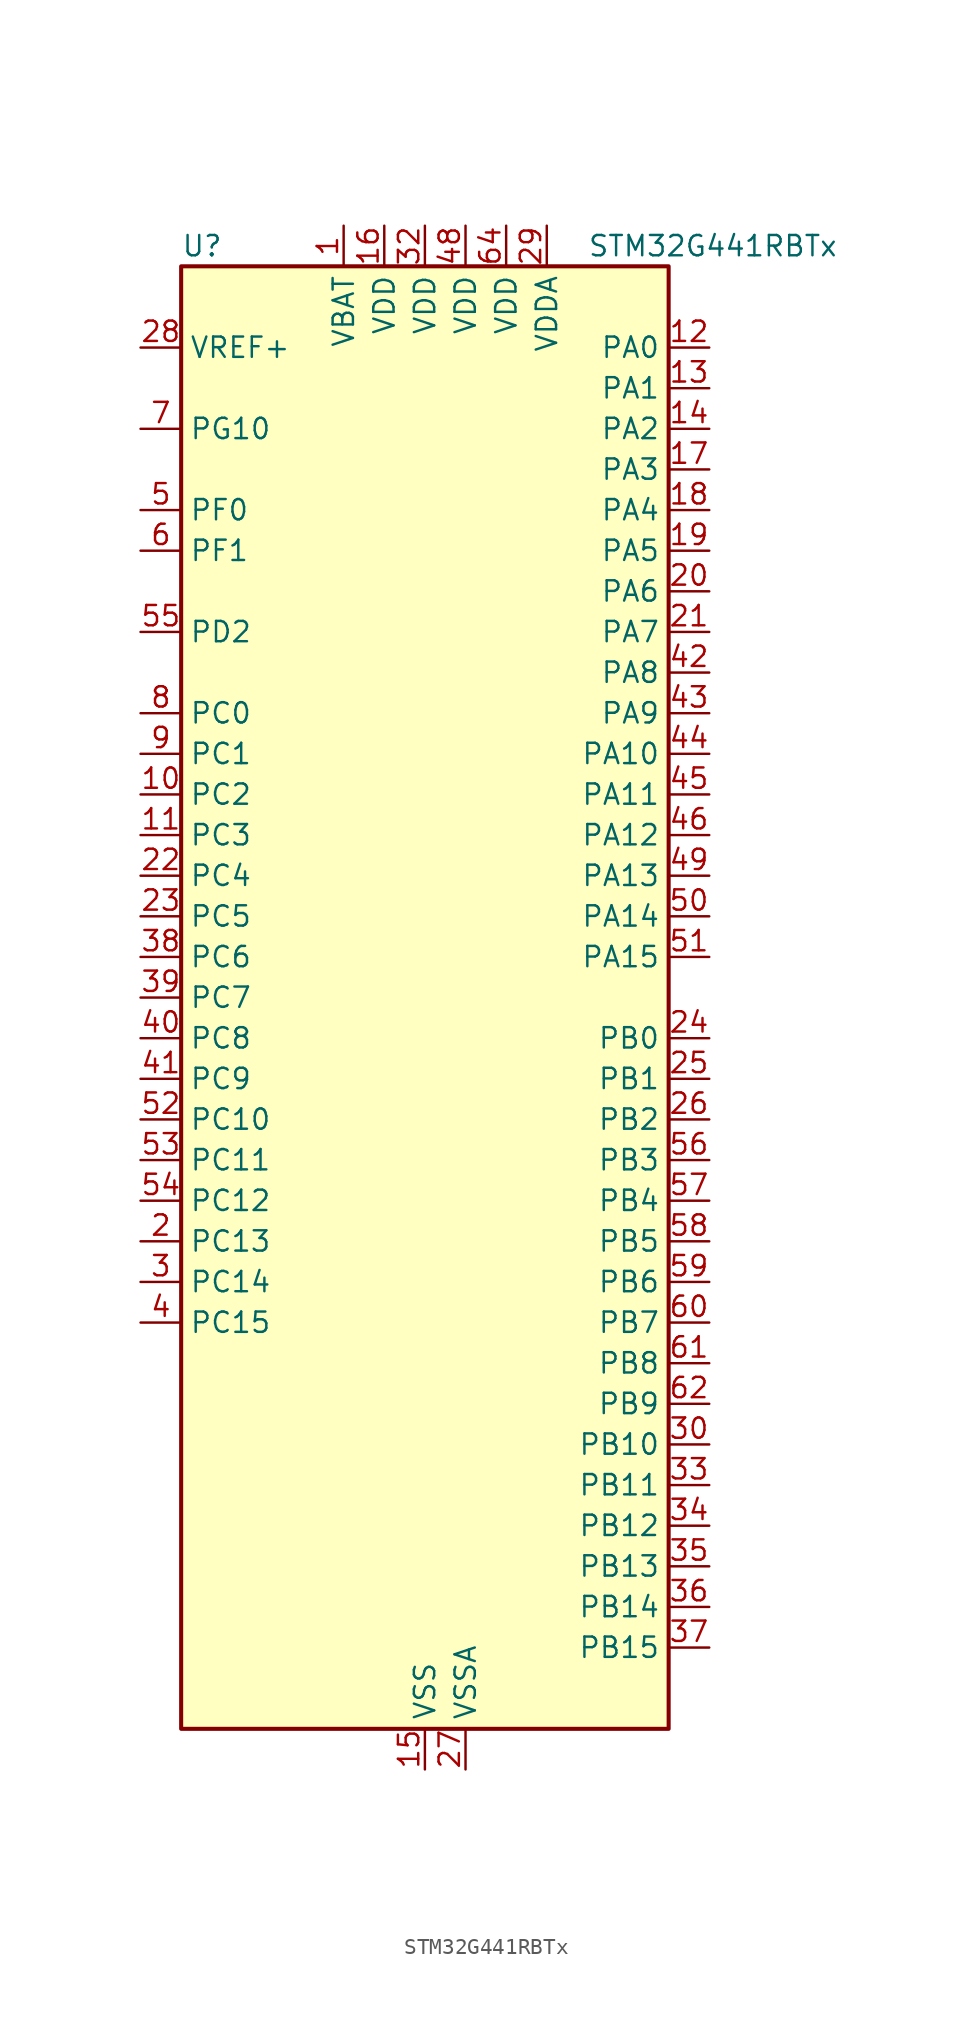
<source format=kicad_sym>
(kicad_symbol_lib
  (version 20241209)
  (generator "kicad_symbol_editor")
  (generator_version "9.0")
  (symbol "STM32G441RBTx"
    (property "Reference" "U"
      (at -15.24 46.99 0)
      (effects (font (size 1.27 1.27)) (justify left)))
    (property "Value" "STM32G441RBTx"
      (at 10.16 46.99 0)
      (effects (font (size 1.27 1.27)) (justify left)))
    (symbol "STM32G441RBTx_0_1"
      (rectangle (start -15.24 -45.72) (end 15.24 45.72) (stroke (width 0.254) (type default)) (fill (type background))))
    (symbol "STM32G441RBTx_1_1"
      (pin input line (at -17.78 40.64 0) (length 2.54) (name "VREF+" (effects (font (size 1.27 1.27)))) (number "28" (effects (font (size 1.27 1.27)))) (alternate "VREFBUF_OUT" bidirectional line))
      (pin bidirectional line (at -17.78 35.56 0) (length 2.54) (name "PG10" (effects (font (size 1.27 1.27)))) (number "7" (effects (font (size 1.27 1.27)))) (alternate "DAC1_EXTI10" bidirectional line) (alternate "DAC3_EXTI10" bidirectional line) (alternate "RCC_MCO" bidirectional line))
      (pin bidirectional line (at -17.78 30.48 0) (length 2.54) (name "PF0" (effects (font (size 1.27 1.27)))) (number "5" (effects (font (size 1.27 1.27)))) (alternate "ADC1_IN10" bidirectional line) (alternate "I2C2_SDA" bidirectional line) (alternate "I2S2_WS" bidirectional line) (alternate "RCC_OSC_IN" bidirectional line) (alternate "SPI2_NSS" bidirectional line) (alternate "TIM1_CH3N" bidirectional line))
      (pin bidirectional line (at -17.78 27.94 0) (length 2.54) (name "PF1" (effects (font (size 1.27 1.27)))) (number "6" (effects (font (size 1.27 1.27)))) (alternate "ADC2_IN10" bidirectional line) (alternate "COMP3_INM" bidirectional line) (alternate "I2S2_CK" bidirectional line) (alternate "RCC_OSC_OUT" bidirectional line) (alternate "SPI2_SCK" bidirectional line))
      (pin bidirectional line (at -17.78 22.86 0) (length 2.54) (name "PD2" (effects (font (size 1.27 1.27)))) (number "55" (effects (font (size 1.27 1.27)))) (alternate "TIM3_ETR" bidirectional line) (alternate "TIM8_BKIN" bidirectional line))
      (pin bidirectional line (at -17.78 17.78 0) (length 2.54) (name "PC0" (effects (font (size 1.27 1.27)))) (number "8" (effects (font (size 1.27 1.27)))) (alternate "ADC1_IN6" bidirectional line) (alternate "ADC2_IN6" bidirectional line) (alternate "COMP3_INM" bidirectional line) (alternate "LPTIM1_IN1" bidirectional line) (alternate "LPUART1_RX" bidirectional line) (alternate "TIM1_CH1" bidirectional line))
      (pin bidirectional line (at -17.78 15.24 0) (length 2.54) (name "PC1" (effects (font (size 1.27 1.27)))) (number "9" (effects (font (size 1.27 1.27)))) (alternate "ADC1_IN7" bidirectional line) (alternate "ADC2_IN7" bidirectional line) (alternate "COMP3_INP" bidirectional line) (alternate "LPTIM1_OUT" bidirectional line) (alternate "LPUART1_TX" bidirectional line) (alternate "SAI1_SD_A" bidirectional line) (alternate "TIM1_CH2" bidirectional line))
      (pin bidirectional line (at -17.78 12.7 0) (length 2.54) (name "PC2" (effects (font (size 1.27 1.27)))) (number "10" (effects (font (size 1.27 1.27)))) (alternate "ADC1_IN8" bidirectional line) (alternate "ADC2_IN8" bidirectional line) (alternate "COMP3_OUT" bidirectional line) (alternate "LPTIM1_IN2" bidirectional line) (alternate "TIM1_CH3" bidirectional line))
      (pin bidirectional line (at -17.78 10.16 0) (length 2.54) (name "PC3" (effects (font (size 1.27 1.27)))) (number "11" (effects (font (size 1.27 1.27)))) (alternate "ADC1_IN9" bidirectional line) (alternate "ADC2_IN9" bidirectional line) (alternate "LPTIM1_ETR" bidirectional line) (alternate "SAI1_D1" bidirectional line) (alternate "SAI1_SD_A" bidirectional line) (alternate "TIM1_BKIN2" bidirectional line) (alternate "TIM1_CH4" bidirectional line))
      (pin bidirectional line (at -17.78 7.62 0) (length 2.54) (name "PC4" (effects (font (size 1.27 1.27)))) (number "22" (effects (font (size 1.27 1.27)))) (alternate "ADC2_IN5" bidirectional line) (alternate "I2C2_SCL" bidirectional line) (alternate "TIM1_ETR" bidirectional line) (alternate "USART1_TX" bidirectional line))
      (pin bidirectional line (at -17.78 5.08 0) (length 2.54) (name "PC5" (effects (font (size 1.27 1.27)))) (number "23" (effects (font (size 1.27 1.27)))) (alternate "ADC2_IN11" bidirectional line) (alternate "OPAMP1_VINM" bidirectional line) (alternate "OPAMP1_VINM1" bidirectional line) (alternate "OPAMP1_VINM_SEC" bidirectional line) (alternate "OPAMP2_VINM" bidirectional line) (alternate "OPAMP2_VINM1" bidirectional line) (alternate "OPAMP2_VINM_SEC" bidirectional line) (alternate "SAI1_D3" bidirectional line) (alternate "SYS_WKUP5" bidirectional line) (alternate "TIM15_BKIN" bidirectional line) (alternate "TIM1_CH4N" bidirectional line) (alternate "USART1_RX" bidirectional line))
      (pin bidirectional line (at -17.78 2.54 0) (length 2.54) (name "PC6" (effects (font (size 1.27 1.27)))) (number "38" (effects (font (size 1.27 1.27)))) (alternate "I2S2_MCK" bidirectional line) (alternate "TIM3_CH1" bidirectional line) (alternate "TIM8_CH1" bidirectional line))
      (pin bidirectional line (at -17.78 0 0) (length 2.54) (name "PC7" (effects (font (size 1.27 1.27)))) (number "39" (effects (font (size 1.27 1.27)))) (alternate "I2S3_MCK" bidirectional line) (alternate "TIM3_CH2" bidirectional line) (alternate "TIM8_CH2" bidirectional line))
      (pin bidirectional line (at -17.78 -2.54 0) (length 2.54) (name "PC8" (effects (font (size 1.27 1.27)))) (number "40" (effects (font (size 1.27 1.27)))) (alternate "I2C3_SCL" bidirectional line) (alternate "TIM3_CH3" bidirectional line) (alternate "TIM8_CH3" bidirectional line))
      (pin bidirectional line (at -17.78 -5.08 0) (length 2.54) (name "PC9" (effects (font (size 1.27 1.27)))) (number "41" (effects (font (size 1.27 1.27)))) (alternate "DAC1_EXTI9" bidirectional line) (alternate "DAC3_EXTI9" bidirectional line) (alternate "I2C3_SDA" bidirectional line) (alternate "I2S_CKIN" bidirectional line) (alternate "TIM3_CH4" bidirectional line) (alternate "TIM8_BKIN2" bidirectional line) (alternate "TIM8_CH4" bidirectional line))
      (pin bidirectional line (at -17.78 -7.62 0) (length 2.54) (name "PC10" (effects (font (size 1.27 1.27)))) (number "52" (effects (font (size 1.27 1.27)))) (alternate "DAC1_EXTI10" bidirectional line) (alternate "DAC3_EXTI10" bidirectional line) (alternate "I2S3_CK" bidirectional line) (alternate "SPI3_SCK" bidirectional line) (alternate "TIM8_CH1N" bidirectional line) (alternate "UART4_TX" bidirectional line) (alternate "USART3_TX" bidirectional line))
      (pin bidirectional line (at -17.78 -10.16 0) (length 2.54) (name "PC11" (effects (font (size 1.27 1.27)))) (number "53" (effects (font (size 1.27 1.27)))) (alternate "ADC1_EXTI11" bidirectional line) (alternate "ADC2_EXTI11" bidirectional line) (alternate "I2C3_SDA" bidirectional line) (alternate "SPI3_MISO" bidirectional line) (alternate "TIM8_CH2N" bidirectional line) (alternate "UART4_RX" bidirectional line) (alternate "USART3_RX" bidirectional line))
      (pin bidirectional line (at -17.78 -12.7 0) (length 2.54) (name "PC12" (effects (font (size 1.27 1.27)))) (number "54" (effects (font (size 1.27 1.27)))) (alternate "I2S3_SD" bidirectional line) (alternate "SPI3_MOSI" bidirectional line) (alternate "TIM8_CH3N" bidirectional line) (alternate "UCPD1_FRSTX1" bidirectional line) (alternate "UCPD1_FRSTX2" bidirectional line) (alternate "USART3_CK" bidirectional line))
      (pin bidirectional line (at -17.78 -15.24 0) (length 2.54) (name "PC13" (effects (font (size 1.27 1.27)))) (number "2" (effects (font (size 1.27 1.27)))) (alternate "RTC_OUT1" bidirectional line) (alternate "RTC_TAMP1" bidirectional line) (alternate "RTC_TS" bidirectional line) (alternate "SYS_WKUP2" bidirectional line) (alternate "TIM1_BKIN" bidirectional line) (alternate "TIM1_CH1N" bidirectional line) (alternate "TIM8_CH4N" bidirectional line))
      (pin bidirectional line (at -17.78 -17.78 0) (length 2.54) (name "PC14" (effects (font (size 1.27 1.27)))) (number "3" (effects (font (size 1.27 1.27)))) (alternate "RCC_OSC32_IN" bidirectional line))
      (pin bidirectional line (at -17.78 -20.32 0) (length 2.54) (name "PC15" (effects (font (size 1.27 1.27)))) (number "4" (effects (font (size 1.27 1.27)))) (alternate "ADC1_EXTI15" bidirectional line) (alternate "ADC2_EXTI15" bidirectional line) (alternate "RCC_OSC32_OUT" bidirectional line))
      (pin power_in line (at -5.08 48.26 270) (length 2.54) (name "VBAT" (effects (font (size 1.27 1.27)))) (number "1" (effects (font (size 1.27 1.27)))))
      (pin power_in line (at -2.54 48.26 270) (length 2.54) (name "VDD" (effects (font (size 1.27 1.27)))) (number "16" (effects (font (size 1.27 1.27)))))
      (pin power_in line (at 0 48.26 270) (length 2.54) (name "VDD" (effects (font (size 1.27 1.27)))) (number "32" (effects (font (size 1.27 1.27)))))
      (pin power_in line (at 0 -48.26 90) (length 2.54) (name "VSS" (effects (font (size 1.27 1.27)))) (number "15" (effects (font (size 1.27 1.27)))))
      (pin passive line (at 0 -48.26 90) (length 2.54) (hide yes) (name "VSS" (effects (font (size 1.27 1.27)))) (number "31" (effects (font (size 1.27 1.27)))))
      (pin passive line (at 0 -48.26 90) (length 2.54) (hide yes) (name "VSS" (effects (font (size 1.27 1.27)))) (number "47" (effects (font (size 1.27 1.27)))))
      (pin passive line (at 0 -48.26 90) (length 2.54) (hide yes) (name "VSS" (effects (font (size 1.27 1.27)))) (number "63" (effects (font (size 1.27 1.27)))))
      (pin power_in line (at 2.54 48.26 270) (length 2.54) (name "VDD" (effects (font (size 1.27 1.27)))) (number "48" (effects (font (size 1.27 1.27)))))
      (pin power_in line (at 2.54 -48.26 90) (length 2.54) (name "VSSA" (effects (font (size 1.27 1.27)))) (number "27" (effects (font (size 1.27 1.27)))))
      (pin power_in line (at 5.08 48.26 270) (length 2.54) (name "VDD" (effects (font (size 1.27 1.27)))) (number "64" (effects (font (size 1.27 1.27)))))
      (pin power_in line (at 7.62 48.26 270) (length 2.54) (name "VDDA" (effects (font (size 1.27 1.27)))) (number "29" (effects (font (size 1.27 1.27)))))
      (pin bidirectional line (at 17.78 40.64 180) (length 2.54) (name "PA0" (effects (font (size 1.27 1.27)))) (number "12" (effects (font (size 1.27 1.27)))) (alternate "ADC1_IN1" bidirectional line) (alternate "ADC2_IN1" bidirectional line) (alternate "COMP1_INM" bidirectional line) (alternate "COMP1_OUT" bidirectional line) (alternate "COMP3_INP" bidirectional line) (alternate "RTC_TAMP2" bidirectional line) (alternate "SYS_WKUP1" bidirectional line) (alternate "TIM2_CH1" bidirectional line) (alternate "TIM2_ETR" bidirectional line) (alternate "TIM8_BKIN" bidirectional line) (alternate "TIM8_ETR" bidirectional line) (alternate "USART2_CTS" bidirectional line) (alternate "USART2_NSS" bidirectional line))
      (pin bidirectional line (at 17.78 38.1 180) (length 2.54) (name "PA1" (effects (font (size 1.27 1.27)))) (number "13" (effects (font (size 1.27 1.27)))) (alternate "ADC1_IN2" bidirectional line) (alternate "ADC2_IN2" bidirectional line) (alternate "COMP1_INP" bidirectional line) (alternate "OPAMP1_VINP" bidirectional line) (alternate "OPAMP1_VINP_SEC" bidirectional line) (alternate "OPAMP3_VINP" bidirectional line) (alternate "OPAMP3_VINP_SEC" bidirectional line) (alternate "RTC_REFIN" bidirectional line) (alternate "TIM15_CH1N" bidirectional line) (alternate "TIM2_CH2" bidirectional line) (alternate "USART2_DE" bidirectional line) (alternate "USART2_RTS" bidirectional line))
      (pin bidirectional line (at 17.78 35.56 180) (length 2.54) (name "PA2" (effects (font (size 1.27 1.27)))) (number "14" (effects (font (size 1.27 1.27)))) (alternate "ADC1_IN3" bidirectional line) (alternate "COMP2_INM" bidirectional line) (alternate "COMP2_OUT" bidirectional line) (alternate "LPUART1_TX" bidirectional line) (alternate "OPAMP1_VOUT" bidirectional line) (alternate "RCC_LSCO" bidirectional line) (alternate "SYS_WKUP4" bidirectional line) (alternate "TIM15_CH1" bidirectional line) (alternate "TIM2_CH3" bidirectional line) (alternate "UCPD1_FRSTX1" bidirectional line) (alternate "UCPD1_FRSTX2" bidirectional line) (alternate "USART2_TX" bidirectional line))
      (pin bidirectional line (at 17.78 33.02 180) (length 2.54) (name "PA3" (effects (font (size 1.27 1.27)))) (number "17" (effects (font (size 1.27 1.27)))) (alternate "ADC1_IN4" bidirectional line) (alternate "COMP2_INP" bidirectional line) (alternate "LPUART1_RX" bidirectional line) (alternate "OPAMP1_VINM" bidirectional line) (alternate "OPAMP1_VINM0" bidirectional line) (alternate "OPAMP1_VINM_SEC" bidirectional line) (alternate "OPAMP1_VINP" bidirectional line) (alternate "OPAMP1_VINP_SEC" bidirectional line) (alternate "SAI1_CK1" bidirectional line) (alternate "SAI1_MCLK_A" bidirectional line) (alternate "TIM15_CH2" bidirectional line) (alternate "TIM2_CH4" bidirectional line) (alternate "USART2_RX" bidirectional line))
      (pin bidirectional line (at 17.78 30.48 180) (length 2.54) (name "PA4" (effects (font (size 1.27 1.27)))) (number "18" (effects (font (size 1.27 1.27)))) (alternate "ADC2_IN17" bidirectional line) (alternate "COMP1_INM" bidirectional line) (alternate "DAC1_OUT1" bidirectional line) (alternate "I2S3_WS" bidirectional line) (alternate "SAI1_FS_B" bidirectional line) (alternate "SPI1_NSS" bidirectional line) (alternate "SPI3_NSS" bidirectional line) (alternate "TIM3_CH2" bidirectional line) (alternate "USART2_CK" bidirectional line))
      (pin bidirectional line (at 17.78 27.94 180) (length 2.54) (name "PA5" (effects (font (size 1.27 1.27)))) (number "19" (effects (font (size 1.27 1.27)))) (alternate "ADC2_IN13" bidirectional line) (alternate "COMP2_INM" bidirectional line) (alternate "DAC1_OUT2" bidirectional line) (alternate "OPAMP2_VINM" bidirectional line) (alternate "OPAMP2_VINM0" bidirectional line) (alternate "OPAMP2_VINM_SEC" bidirectional line) (alternate "SPI1_SCK" bidirectional line) (alternate "TIM2_CH1" bidirectional line) (alternate "TIM2_ETR" bidirectional line) (alternate "UCPD1_FRSTX1" bidirectional line) (alternate "UCPD1_FRSTX2" bidirectional line))
      (pin bidirectional line (at 17.78 25.4 180) (length 2.54) (name "PA6" (effects (font (size 1.27 1.27)))) (number "20" (effects (font (size 1.27 1.27)))) (alternate "ADC2_IN3" bidirectional line) (alternate "COMP1_OUT" bidirectional line) (alternate "LPUART1_CTS" bidirectional line) (alternate "OPAMP2_VOUT" bidirectional line) (alternate "SPI1_MISO" bidirectional line) (alternate "TIM16_CH1" bidirectional line) (alternate "TIM1_BKIN" bidirectional line) (alternate "TIM3_CH1" bidirectional line) (alternate "TIM8_BKIN" bidirectional line))
      (pin bidirectional line (at 17.78 22.86 180) (length 2.54) (name "PA7" (effects (font (size 1.27 1.27)))) (number "21" (effects (font (size 1.27 1.27)))) (alternate "ADC2_IN4" bidirectional line) (alternate "COMP2_INP" bidirectional line) (alternate "COMP2_OUT" bidirectional line) (alternate "OPAMP1_VINP" bidirectional line) (alternate "OPAMP1_VINP_SEC" bidirectional line) (alternate "OPAMP2_VINP" bidirectional line) (alternate "OPAMP2_VINP_SEC" bidirectional line) (alternate "SPI1_MOSI" bidirectional line) (alternate "TIM17_CH1" bidirectional line) (alternate "TIM1_CH1N" bidirectional line) (alternate "TIM3_CH2" bidirectional line) (alternate "TIM8_CH1N" bidirectional line) (alternate "UCPD1_FRSTX1" bidirectional line) (alternate "UCPD1_FRSTX2" bidirectional line))
      (pin bidirectional line (at 17.78 20.32 180) (length 2.54) (name "PA8" (effects (font (size 1.27 1.27)))) (number "42" (effects (font (size 1.27 1.27)))) (alternate "I2C2_SDA" bidirectional line) (alternate "I2C3_SCL" bidirectional line) (alternate "I2S2_MCK" bidirectional line) (alternate "RCC_MCO" bidirectional line) (alternate "SAI1_CK2" bidirectional line) (alternate "SAI1_SCK_A" bidirectional line) (alternate "TIM1_CH1" bidirectional line) (alternate "TIM4_ETR" bidirectional line) (alternate "USART1_CK" bidirectional line))
      (pin bidirectional line (at 17.78 17.78 180) (length 2.54) (name "PA9" (effects (font (size 1.27 1.27)))) (number "43" (effects (font (size 1.27 1.27)))) (alternate "DAC1_EXTI9" bidirectional line) (alternate "DAC3_EXTI9" bidirectional line) (alternate "I2C2_SCL" bidirectional line) (alternate "I2C3_SMBA" bidirectional line) (alternate "I2S3_MCK" bidirectional line) (alternate "SAI1_FS_A" bidirectional line) (alternate "TIM15_BKIN" bidirectional line) (alternate "TIM1_CH2" bidirectional line) (alternate "TIM2_CH3" bidirectional line) (alternate "UCPD1_DBCC1" bidirectional line) (alternate "USART1_TX" bidirectional line))
      (pin bidirectional line (at 17.78 15.24 180) (length 2.54) (name "PA10" (effects (font (size 1.27 1.27)))) (number "44" (effects (font (size 1.27 1.27)))) (alternate "CRS_SYNC" bidirectional line) (alternate "DAC1_EXTI10" bidirectional line) (alternate "DAC3_EXTI10" bidirectional line) (alternate "I2C2_SMBA" bidirectional line) (alternate "SAI1_D1" bidirectional line) (alternate "SAI1_SD_A" bidirectional line) (alternate "SPI2_MISO" bidirectional line) (alternate "TIM17_BKIN" bidirectional line) (alternate "TIM1_CH3" bidirectional line) (alternate "TIM2_CH4" bidirectional line) (alternate "TIM8_BKIN" bidirectional line) (alternate "UCPD1_DBCC2" bidirectional line) (alternate "USART1_RX" bidirectional line))
      (pin bidirectional line (at 17.78 12.7 180) (length 2.54) (name "PA11" (effects (font (size 1.27 1.27)))) (number "45" (effects (font (size 1.27 1.27)))) (alternate "ADC1_EXTI11" bidirectional line) (alternate "ADC2_EXTI11" bidirectional line) (alternate "COMP1_OUT" bidirectional line) (alternate "FDCAN1_RX" bidirectional line) (alternate "I2S2_SD" bidirectional line) (alternate "SPI2_MOSI" bidirectional line) (alternate "TIM1_BKIN2" bidirectional line) (alternate "TIM1_CH1N" bidirectional line) (alternate "TIM1_CH4" bidirectional line) (alternate "TIM4_CH1" bidirectional line) (alternate "USART1_CTS" bidirectional line) (alternate "USART1_NSS" bidirectional line) (alternate "USB_DM" bidirectional line))
      (pin bidirectional line (at 17.78 10.16 180) (length 2.54) (name "PA12" (effects (font (size 1.27 1.27)))) (number "46" (effects (font (size 1.27 1.27)))) (alternate "COMP2_OUT" bidirectional line) (alternate "FDCAN1_TX" bidirectional line) (alternate "I2S_CKIN" bidirectional line) (alternate "TIM16_CH1" bidirectional line) (alternate "TIM1_CH2N" bidirectional line) (alternate "TIM1_ETR" bidirectional line) (alternate "TIM4_CH2" bidirectional line) (alternate "USART1_DE" bidirectional line) (alternate "USART1_RTS" bidirectional line) (alternate "USB_DP" bidirectional line))
      (pin bidirectional line (at 17.78 7.62 180) (length 2.54) (name "PA13" (effects (font (size 1.27 1.27)))) (number "49" (effects (font (size 1.27 1.27)))) (alternate "I2C1_SCL" bidirectional line) (alternate "IR_OUT" bidirectional line) (alternate "SAI1_SD_B" bidirectional line) (alternate "SYS_JTMS-SWDIO" bidirectional line) (alternate "TIM16_CH1N" bidirectional line) (alternate "TIM4_CH3" bidirectional line) (alternate "USART3_CTS" bidirectional line) (alternate "USART3_NSS" bidirectional line))
      (pin bidirectional line (at 17.78 5.08 180) (length 2.54) (name "PA14" (effects (font (size 1.27 1.27)))) (number "50" (effects (font (size 1.27 1.27)))) (alternate "I2C1_SDA" bidirectional line) (alternate "LPTIM1_OUT" bidirectional line) (alternate "SAI1_FS_B" bidirectional line) (alternate "SYS_JTCK-SWCLK" bidirectional line) (alternate "TIM1_BKIN" bidirectional line) (alternate "TIM8_CH2" bidirectional line) (alternate "USART2_TX" bidirectional line))
      (pin bidirectional line (at 17.78 2.54 180) (length 2.54) (name "PA15" (effects (font (size 1.27 1.27)))) (number "51" (effects (font (size 1.27 1.27)))) (alternate "ADC1_EXTI15" bidirectional line) (alternate "ADC2_EXTI15" bidirectional line) (alternate "I2C1_SCL" bidirectional line) (alternate "I2S3_WS" bidirectional line) (alternate "SPI1_NSS" bidirectional line) (alternate "SPI3_NSS" bidirectional line) (alternate "SYS_JTDI" bidirectional line) (alternate "TIM1_BKIN" bidirectional line) (alternate "TIM2_CH1" bidirectional line) (alternate "TIM2_ETR" bidirectional line) (alternate "TIM8_CH1" bidirectional line) (alternate "UART4_DE" bidirectional line) (alternate "UART4_RTS" bidirectional line) (alternate "USART2_RX" bidirectional line))
      (pin bidirectional line (at 17.78 -2.54 180) (length 2.54) (name "PB0" (effects (font (size 1.27 1.27)))) (number "24" (effects (font (size 1.27 1.27)))) (alternate "ADC1_IN15" bidirectional line) (alternate "COMP4_INP" bidirectional line) (alternate "OPAMP2_VINP" bidirectional line) (alternate "OPAMP2_VINP_SEC" bidirectional line) (alternate "OPAMP3_VINP" bidirectional line) (alternate "OPAMP3_VINP_SEC" bidirectional line) (alternate "TIM1_CH2N" bidirectional line) (alternate "TIM3_CH3" bidirectional line) (alternate "TIM8_CH2N" bidirectional line) (alternate "UCPD1_FRSTX1" bidirectional line) (alternate "UCPD1_FRSTX2" bidirectional line))
      (pin bidirectional line (at 17.78 -5.08 180) (length 2.54) (name "PB1" (effects (font (size 1.27 1.27)))) (number "25" (effects (font (size 1.27 1.27)))) (alternate "ADC1_IN12" bidirectional line) (alternate "COMP1_INP" bidirectional line) (alternate "COMP4_OUT" bidirectional line) (alternate "LPUART1_DE" bidirectional line) (alternate "LPUART1_RTS" bidirectional line) (alternate "OPAMP3_VOUT" bidirectional line) (alternate "TIM1_CH3N" bidirectional line) (alternate "TIM3_CH4" bidirectional line) (alternate "TIM8_CH3N" bidirectional line))
      (pin bidirectional line (at 17.78 -7.62 180) (length 2.54) (name "PB2" (effects (font (size 1.27 1.27)))) (number "26" (effects (font (size 1.27 1.27)))) (alternate "ADC2_IN12" bidirectional line) (alternate "COMP4_INM" bidirectional line) (alternate "I2C3_SMBA" bidirectional line) (alternate "LPTIM1_OUT" bidirectional line) (alternate "OPAMP3_VINM" bidirectional line) (alternate "OPAMP3_VINM0" bidirectional line) (alternate "OPAMP3_VINM_SEC" bidirectional line) (alternate "RTC_OUT2" bidirectional line))
      (pin bidirectional line (at 17.78 -10.16 180) (length 2.54) (name "PB3" (effects (font (size 1.27 1.27)))) (number "56" (effects (font (size 1.27 1.27)))) (alternate "CRS_SYNC" bidirectional line) (alternate "I2S3_CK" bidirectional line) (alternate "SAI1_SCK_B" bidirectional line) (alternate "SPI1_SCK" bidirectional line) (alternate "SPI3_SCK" bidirectional line) (alternate "SYS_JTDO-SWO" bidirectional line) (alternate "TIM2_CH2" bidirectional line) (alternate "TIM3_ETR" bidirectional line) (alternate "TIM4_ETR" bidirectional line) (alternate "TIM8_CH1N" bidirectional line) (alternate "USART2_TX" bidirectional line))
      (pin bidirectional line (at 17.78 -12.7 180) (length 2.54) (name "PB4" (effects (font (size 1.27 1.27)))) (number "57" (effects (font (size 1.27 1.27)))) (alternate "SAI1_MCLK_B" bidirectional line) (alternate "SPI1_MISO" bidirectional line) (alternate "SPI3_MISO" bidirectional line) (alternate "SYS_JTRST" bidirectional line) (alternate "TIM16_CH1" bidirectional line) (alternate "TIM17_BKIN" bidirectional line) (alternate "TIM3_CH1" bidirectional line) (alternate "TIM8_CH2N" bidirectional line) (alternate "UCPD1_CC2" bidirectional line) (alternate "USART2_RX" bidirectional line))
      (pin bidirectional line (at 17.78 -15.24 180) (length 2.54) (name "PB5" (effects (font (size 1.27 1.27)))) (number "58" (effects (font (size 1.27 1.27)))) (alternate "I2C1_SMBA" bidirectional line) (alternate "I2C3_SDA" bidirectional line) (alternate "I2S3_SD" bidirectional line) (alternate "LPTIM1_IN1" bidirectional line) (alternate "SAI1_SD_B" bidirectional line) (alternate "SPI1_MOSI" bidirectional line) (alternate "SPI3_MOSI" bidirectional line) (alternate "TIM16_BKIN" bidirectional line) (alternate "TIM17_CH1" bidirectional line) (alternate "TIM3_CH2" bidirectional line) (alternate "TIM8_CH3N" bidirectional line) (alternate "USART2_CK" bidirectional line))
      (pin bidirectional line (at 17.78 -17.78 180) (length 2.54) (name "PB6" (effects (font (size 1.27 1.27)))) (number "59" (effects (font (size 1.27 1.27)))) (alternate "COMP4_OUT" bidirectional line) (alternate "LPTIM1_ETR" bidirectional line) (alternate "SAI1_FS_B" bidirectional line) (alternate "TIM16_CH1N" bidirectional line) (alternate "TIM4_CH1" bidirectional line) (alternate "TIM8_BKIN2" bidirectional line) (alternate "TIM8_CH1" bidirectional line) (alternate "TIM8_ETR" bidirectional line) (alternate "UCPD1_CC1" bidirectional line) (alternate "USART1_TX" bidirectional line))
      (pin bidirectional line (at 17.78 -20.32 180) (length 2.54) (name "PB7" (effects (font (size 1.27 1.27)))) (number "60" (effects (font (size 1.27 1.27)))) (alternate "COMP3_OUT" bidirectional line) (alternate "I2C1_SDA" bidirectional line) (alternate "LPTIM1_IN2" bidirectional line) (alternate "SYS_PVD_IN" bidirectional line) (alternate "TIM17_CH1N" bidirectional line) (alternate "TIM3_CH4" bidirectional line) (alternate "TIM4_CH2" bidirectional line) (alternate "TIM8_BKIN" bidirectional line) (alternate "UART4_CTS" bidirectional line) (alternate "USART1_RX" bidirectional line))
      (pin bidirectional line (at 17.78 -22.86 180) (length 2.54) (name "PB8" (effects (font (size 1.27 1.27)))) (number "61" (effects (font (size 1.27 1.27)))) (alternate "COMP1_OUT" bidirectional line) (alternate "FDCAN1_RX" bidirectional line) (alternate "I2C1_SCL" bidirectional line) (alternate "SAI1_CK1" bidirectional line) (alternate "SAI1_MCLK_A" bidirectional line) (alternate "TIM16_CH1" bidirectional line) (alternate "TIM1_BKIN" bidirectional line) (alternate "TIM4_CH3" bidirectional line) (alternate "TIM8_CH2" bidirectional line) (alternate "USART3_RX" bidirectional line))
      (pin bidirectional line (at 17.78 -25.4 180) (length 2.54) (name "PB9" (effects (font (size 1.27 1.27)))) (number "62" (effects (font (size 1.27 1.27)))) (alternate "COMP2_OUT" bidirectional line) (alternate "DAC1_EXTI9" bidirectional line) (alternate "DAC3_EXTI9" bidirectional line) (alternate "FDCAN1_TX" bidirectional line) (alternate "I2C1_SDA" bidirectional line) (alternate "IR_OUT" bidirectional line) (alternate "SAI1_D2" bidirectional line) (alternate "SAI1_FS_A" bidirectional line) (alternate "TIM17_CH1" bidirectional line) (alternate "TIM1_CH3N" bidirectional line) (alternate "TIM4_CH4" bidirectional line) (alternate "TIM8_CH3" bidirectional line) (alternate "USART3_TX" bidirectional line))
      (pin bidirectional line (at 17.78 -27.94 180) (length 2.54) (name "PB10" (effects (font (size 1.27 1.27)))) (number "30" (effects (font (size 1.27 1.27)))) (alternate "DAC1_EXTI10" bidirectional line) (alternate "DAC3_EXTI10" bidirectional line) (alternate "LPUART1_RX" bidirectional line) (alternate "OPAMP3_VINM" bidirectional line) (alternate "OPAMP3_VINM1" bidirectional line) (alternate "OPAMP3_VINM_SEC" bidirectional line) (alternate "SAI1_SCK_A" bidirectional line) (alternate "TIM1_BKIN" bidirectional line) (alternate "TIM2_CH3" bidirectional line) (alternate "USART3_TX" bidirectional line))
      (pin bidirectional line (at 17.78 -30.48 180) (length 2.54) (name "PB11" (effects (font (size 1.27 1.27)))) (number "33" (effects (font (size 1.27 1.27)))) (alternate "ADC1_EXTI11" bidirectional line) (alternate "ADC1_IN14" bidirectional line) (alternate "ADC2_EXTI11" bidirectional line) (alternate "ADC2_IN14" bidirectional line) (alternate "LPUART1_TX" bidirectional line) (alternate "TIM2_CH4" bidirectional line) (alternate "USART3_RX" bidirectional line))
      (pin bidirectional line (at 17.78 -33.02 180) (length 2.54) (name "PB12" (effects (font (size 1.27 1.27)))) (number "34" (effects (font (size 1.27 1.27)))) (alternate "ADC1_IN11" bidirectional line) (alternate "I2C2_SMBA" bidirectional line) (alternate "I2S2_WS" bidirectional line) (alternate "LPUART1_DE" bidirectional line) (alternate "LPUART1_RTS" bidirectional line) (alternate "SPI2_NSS" bidirectional line) (alternate "TIM1_BKIN" bidirectional line) (alternate "USART3_CK" bidirectional line))
      (pin bidirectional line (at 17.78 -35.56 180) (length 2.54) (name "PB13" (effects (font (size 1.27 1.27)))) (number "35" (effects (font (size 1.27 1.27)))) (alternate "I2S2_CK" bidirectional line) (alternate "LPUART1_CTS" bidirectional line) (alternate "OPAMP3_VINP" bidirectional line) (alternate "OPAMP3_VINP_SEC" bidirectional line) (alternate "SPI2_SCK" bidirectional line) (alternate "TIM1_CH1N" bidirectional line) (alternate "USART3_CTS" bidirectional line) (alternate "USART3_NSS" bidirectional line))
      (pin bidirectional line (at 17.78 -38.1 180) (length 2.54) (name "PB14" (effects (font (size 1.27 1.27)))) (number "36" (effects (font (size 1.27 1.27)))) (alternate "ADC1_IN5" bidirectional line) (alternate "COMP4_OUT" bidirectional line) (alternate "OPAMP2_VINP" bidirectional line) (alternate "OPAMP2_VINP_SEC" bidirectional line) (alternate "SPI2_MISO" bidirectional line) (alternate "TIM15_CH1" bidirectional line) (alternate "TIM1_CH2N" bidirectional line) (alternate "USART3_DE" bidirectional line) (alternate "USART3_RTS" bidirectional line))
      (pin bidirectional line (at 17.78 -40.64 180) (length 2.54) (name "PB15" (effects (font (size 1.27 1.27)))) (number "37" (effects (font (size 1.27 1.27)))) (alternate "ADC1_EXTI15" bidirectional line) (alternate "ADC2_EXTI15" bidirectional line) (alternate "ADC2_IN15" bidirectional line) (alternate "COMP3_OUT" bidirectional line) (alternate "I2S2_SD" bidirectional line) (alternate "RTC_REFIN" bidirectional line) (alternate "SPI2_MOSI" bidirectional line) (alternate "TIM15_CH1N" bidirectional line) (alternate "TIM15_CH2" bidirectional line) (alternate "TIM1_CH3N" bidirectional line)))))
</source>
